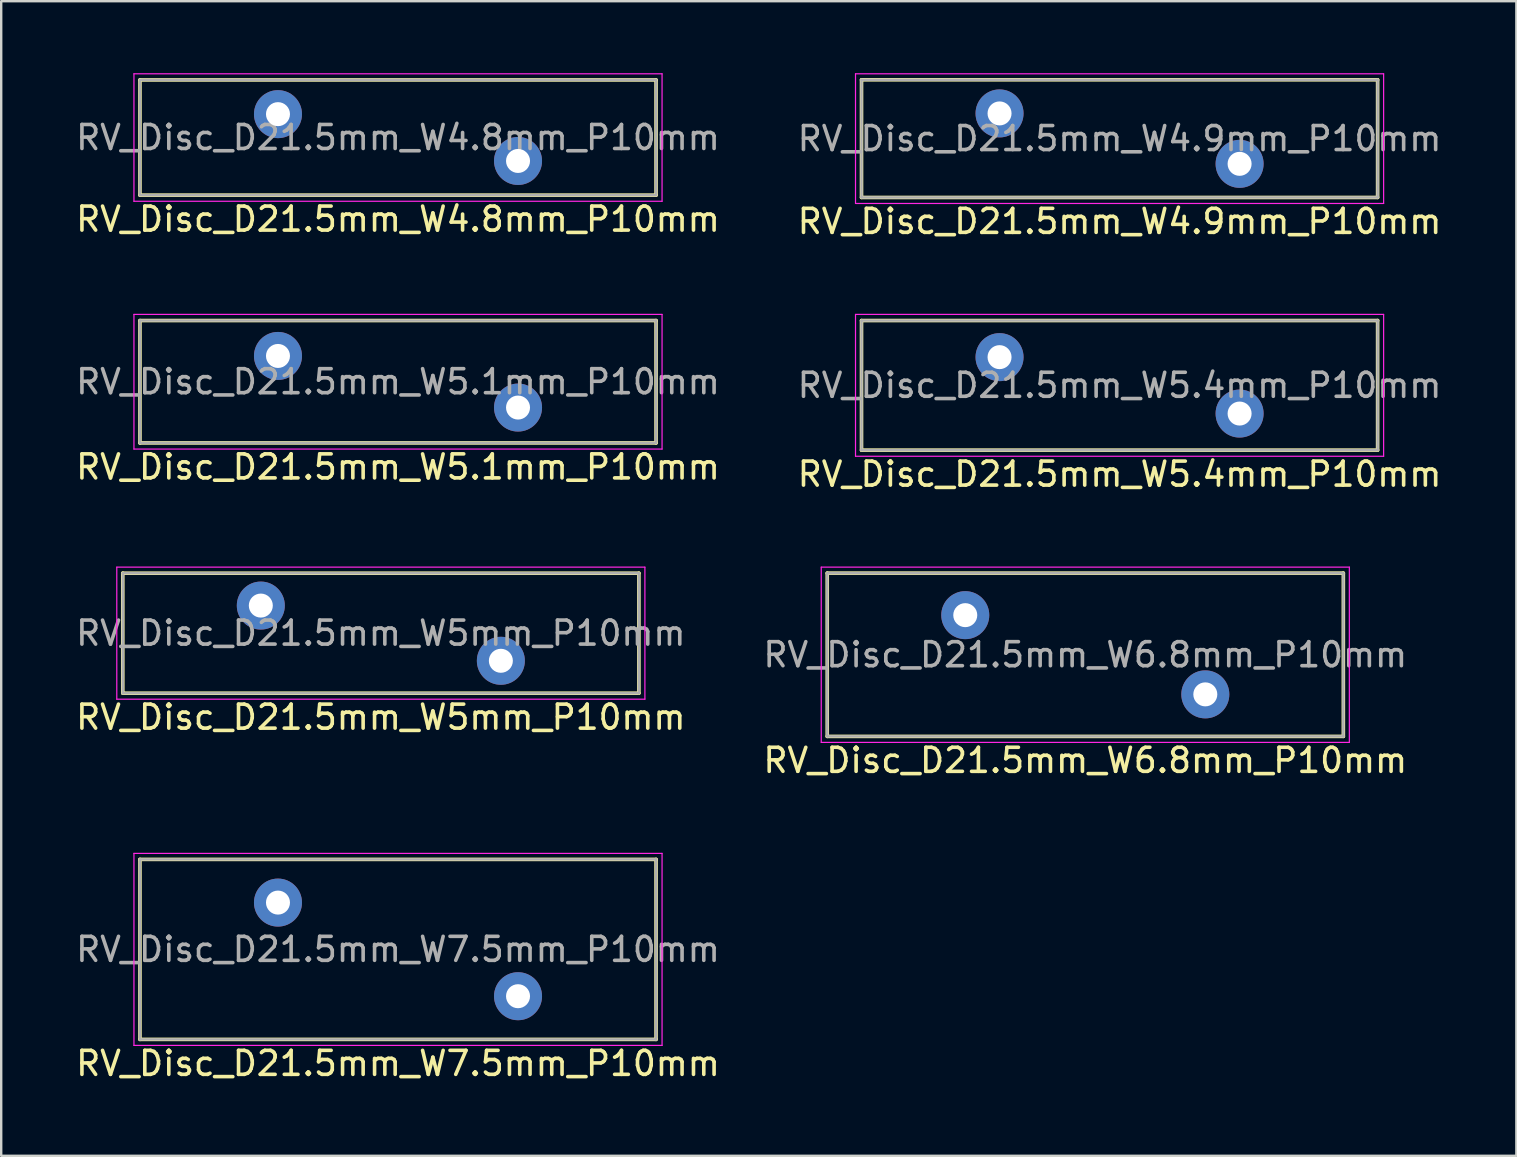
<source format=kicad_pcb>
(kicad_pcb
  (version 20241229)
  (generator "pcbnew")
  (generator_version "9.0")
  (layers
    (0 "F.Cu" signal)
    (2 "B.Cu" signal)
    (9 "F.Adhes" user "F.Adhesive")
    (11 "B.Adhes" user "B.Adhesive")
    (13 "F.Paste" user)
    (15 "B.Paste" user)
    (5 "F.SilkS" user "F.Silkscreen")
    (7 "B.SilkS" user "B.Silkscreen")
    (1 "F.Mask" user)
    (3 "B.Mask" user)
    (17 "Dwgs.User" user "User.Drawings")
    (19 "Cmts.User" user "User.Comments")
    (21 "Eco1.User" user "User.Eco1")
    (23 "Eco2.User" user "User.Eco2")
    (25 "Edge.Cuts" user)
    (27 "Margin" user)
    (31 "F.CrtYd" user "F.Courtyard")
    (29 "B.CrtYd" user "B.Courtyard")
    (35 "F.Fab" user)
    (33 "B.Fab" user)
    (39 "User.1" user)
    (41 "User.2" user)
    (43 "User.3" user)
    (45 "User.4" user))
  (footprint "RV_Disc_D21.5mm_W7.5mm_P10mm"
    (layer "F.Cu")
    (at 8.53 34.55)
    (property "Reference" "RV_Disc_D21.5mm_W7.5mm_P10mm" (at 5 6.7 0) (layer "F.SilkS") (effects (font (size 1 1) (thickness 0.15))))
    (attr through_hole)
    (fp_line (start -5.75 -1.8) (end -5.75 5.7) (stroke (width 0.15) (type solid)) (layer "F.SilkS"))
    (fp_line (start -5.75 -1.8) (end 15.75 -1.8) (stroke (width 0.15) (type solid)) (layer "F.SilkS"))
    (fp_line (start -5.75 5.7) (end 15.75 5.7) (stroke (width 0.15) (type solid)) (layer "F.SilkS"))
    (fp_line (start 15.75 -1.8) (end 15.75 5.7) (stroke (width 0.15) (type solid)) (layer "F.SilkS"))
    (fp_line (start -6 -2.05) (end -6 5.95) (stroke (width 0.05) (type solid)) (layer "F.CrtYd"))
    (fp_line (start -6 -2.05) (end 16 -2.05) (stroke (width 0.05) (type solid)) (layer "F.CrtYd"))
    (fp_line (start -6 5.95) (end 16 5.95) (stroke (width 0.05) (type solid)) (layer "F.CrtYd"))
    (fp_line (start 16 -2.05) (end 16 5.95) (stroke (width 0.05) (type solid)) (layer "F.CrtYd"))
    (fp_line (start -5.75 -1.8) (end -5.75 5.7) (stroke (width 0.1) (type solid)) (layer "F.Fab"))
    (fp_line (start -5.75 -1.8) (end 15.75 -1.8) (stroke (width 0.1) (type solid)) (layer "F.Fab"))
    (fp_line (start -5.75 5.7) (end 15.75 5.7) (stroke (width 0.1) (type solid)) (layer "F.Fab"))
    (fp_line (start 15.75 -1.8) (end 15.75 5.7) (stroke (width 0.1) (type solid)) (layer "F.Fab"))
    (fp_text user "${REFERENCE}" (at 5 1.95 0) (layer "F.Fab") (effects (font (size 1 1) (thickness 0.15))))
    (pad "1" thru_hole circle (at 0 0) (size 2 2) (drill 1) (layers "*.Cu" "*.Mask"))
    (pad "2" thru_hole circle (at 10 3.9) (size 2 2) (drill 1) (layers "*.Cu" "*.Mask")))
  (footprint "RV_Disc_D21.5mm_W4.8mm_P10mm"
    (layer "F.Cu")
    (at 8.53 1.705)
    (property "Reference" "RV_Disc_D21.5mm_W4.8mm_P10mm" (at 5 4.375 0) (layer "F.SilkS") (effects (font (size 1 1) (thickness 0.15))))
    (attr through_hole)
    (fp_line (start -5.75 -1.425) (end -5.75 3.375) (stroke (width 0.15) (type solid)) (layer "F.SilkS"))
    (fp_line (start -5.75 -1.425) (end 15.75 -1.425) (stroke (width 0.15) (type solid)) (layer "F.SilkS"))
    (fp_line (start -5.75 3.375) (end 15.75 3.375) (stroke (width 0.15) (type solid)) (layer "F.SilkS"))
    (fp_line (start 15.75 -1.425) (end 15.75 3.375) (stroke (width 0.15) (type solid)) (layer "F.SilkS"))
    (fp_line (start -6 -1.68) (end -6 3.63) (stroke (width 0.05) (type solid)) (layer "F.CrtYd"))
    (fp_line (start -6 -1.68) (end 16 -1.68) (stroke (width 0.05) (type solid)) (layer "F.CrtYd"))
    (fp_line (start -6 3.63) (end 16 3.63) (stroke (width 0.05) (type solid)) (layer "F.CrtYd"))
    (fp_line (start 16 -1.68) (end 16 3.63) (stroke (width 0.05) (type solid)) (layer "F.CrtYd"))
    (fp_line (start -5.75 -1.425) (end -5.75 3.375) (stroke (width 0.1) (type solid)) (layer "F.Fab"))
    (fp_line (start -5.75 -1.425) (end 15.75 -1.425) (stroke (width 0.1) (type solid)) (layer "F.Fab"))
    (fp_line (start -5.75 3.375) (end 15.75 3.375) (stroke (width 0.1) (type solid)) (layer "F.Fab"))
    (fp_line (start 15.75 -1.425) (end 15.75 3.375) (stroke (width 0.1) (type solid)) (layer "F.Fab"))
    (fp_text user "${REFERENCE}" (at 5 0.975 0) (layer "F.Fab") (effects (font (size 1 1) (thickness 0.15))))
    (pad "1" thru_hole circle (at 0 0) (size 2 2) (drill 1) (layers "*.Cu" "*.Mask"))
    (pad "2" thru_hole circle (at 10 1.95) (size 2 2) (drill 1) (layers "*.Cu" "*.Mask")))
  (footprint "RV_Disc_D21.5mm_W6.8mm_P10mm"
    (layer "F.Cu")
    (at 37.161 22.576)
    (property "Reference" "RV_Disc_D21.5mm_W6.8mm_P10mm" (at 5 6.05 0) (layer "F.SilkS") (effects (font (size 1 1) (thickness 0.15))))
    (attr through_hole)
    (fp_line (start -5.75 -1.75) (end -5.75 5.05) (stroke (width 0.15) (type solid)) (layer "F.SilkS"))
    (fp_line (start -5.75 -1.75) (end 15.75 -1.75) (stroke (width 0.15) (type solid)) (layer "F.SilkS"))
    (fp_line (start -5.75 5.05) (end 15.75 5.05) (stroke (width 0.15) (type solid)) (layer "F.SilkS"))
    (fp_line (start 15.75 -1.75) (end 15.75 5.05) (stroke (width 0.15) (type solid)) (layer "F.SilkS"))
    (fp_line (start -6 -2) (end -6 5.3) (stroke (width 0.05) (type solid)) (layer "F.CrtYd"))
    (fp_line (start -6 -2) (end 16 -2) (stroke (width 0.05) (type solid)) (layer "F.CrtYd"))
    (fp_line (start -6 5.3) (end 16 5.3) (stroke (width 0.05) (type solid)) (layer "F.CrtYd"))
    (fp_line (start 16 -2) (end 16 5.3) (stroke (width 0.05) (type solid)) (layer "F.CrtYd"))
    (fp_line (start -5.75 -1.75) (end -5.75 5.05) (stroke (width 0.1) (type solid)) (layer "F.Fab"))
    (fp_line (start -5.75 -1.75) (end 15.75 -1.75) (stroke (width 0.1) (type solid)) (layer "F.Fab"))
    (fp_line (start -5.75 5.05) (end 15.75 5.05) (stroke (width 0.1) (type solid)) (layer "F.Fab"))
    (fp_line (start 15.75 -1.75) (end 15.75 5.05) (stroke (width 0.1) (type solid)) (layer "F.Fab"))
    (fp_text user "${REFERENCE}" (at 5 1.65 0) (layer "F.Fab") (effects (font (size 1 1) (thickness 0.15))))
    (pad "1" thru_hole circle (at 0 0) (size 2 2) (drill 1) (layers "*.Cu" "*.Mask"))
    (pad "2" thru_hole circle (at 10 3.3) (size 2 2) (drill 1) (layers "*.Cu" "*.Mask")))
  (footprint "RV_Disc_D21.5mm_W5mm_P10mm"
    (layer "F.Cu")
    (at 7.815 22.177)
    (property "Reference" "RV_Disc_D21.5mm_W5mm_P10mm" (at 5 4.65 0) (layer "F.SilkS") (effects (font (size 1 1) (thickness 0.15))))
    (attr through_hole)
    (fp_line (start -5.75 -1.35) (end -5.75 3.65) (stroke (width 0.15) (type solid)) (layer "F.SilkS"))
    (fp_line (start -5.75 -1.35) (end 15.75 -1.35) (stroke (width 0.15) (type solid)) (layer "F.SilkS"))
    (fp_line (start -5.75 3.65) (end 15.75 3.65) (stroke (width 0.15) (type solid)) (layer "F.SilkS"))
    (fp_line (start 15.75 -1.35) (end 15.75 3.65) (stroke (width 0.15) (type solid)) (layer "F.SilkS"))
    (fp_line (start -6 -1.6) (end -6 3.9) (stroke (width 0.05) (type solid)) (layer "F.CrtYd"))
    (fp_line (start -6 -1.6) (end 16 -1.6) (stroke (width 0.05) (type solid)) (layer "F.CrtYd"))
    (fp_line (start -6 3.9) (end 16 3.9) (stroke (width 0.05) (type solid)) (layer "F.CrtYd"))
    (fp_line (start 16 -1.6) (end 16 3.9) (stroke (width 0.05) (type solid)) (layer "F.CrtYd"))
    (fp_line (start -5.75 -1.35) (end -5.75 3.65) (stroke (width 0.1) (type solid)) (layer "F.Fab"))
    (fp_line (start -5.75 -1.35) (end 15.75 -1.35) (stroke (width 0.1) (type solid)) (layer "F.Fab"))
    (fp_line (start -5.75 3.65) (end 15.75 3.65) (stroke (width 0.1) (type solid)) (layer "F.Fab"))
    (fp_line (start 15.75 -1.35) (end 15.75 3.65) (stroke (width 0.1) (type solid)) (layer "F.Fab"))
    (fp_text user "${REFERENCE}" (at 5 1.15 0) (layer "F.Fab") (effects (font (size 1 1) (thickness 0.15))))
    (pad "1" thru_hole circle (at 0 0) (size 2 2) (drill 1) (layers "*.Cu" "*.Mask"))
    (pad "2" thru_hole circle (at 10 2.3) (size 2 2) (drill 1) (layers "*.Cu" "*.Mask")))
  (footprint "RV_Disc_D21.5mm_W5.1mm_P10mm"
    (layer "F.Cu")
    (at 8.53 11.778)
    (property "Reference" "RV_Disc_D21.5mm_W5.1mm_P10mm" (at 5 4.625 0) (layer "F.SilkS") (effects (font (size 1 1) (thickness 0.15))))
    (attr through_hole)
    (fp_line (start -5.75 -1.475) (end -5.75 3.625) (stroke (width 0.15) (type solid)) (layer "F.SilkS"))
    (fp_line (start -5.75 -1.475) (end 15.75 -1.475) (stroke (width 0.15) (type solid)) (layer "F.SilkS"))
    (fp_line (start -5.75 3.625) (end 15.75 3.625) (stroke (width 0.15) (type solid)) (layer "F.SilkS"))
    (fp_line (start 15.75 -1.475) (end 15.75 3.625) (stroke (width 0.15) (type solid)) (layer "F.SilkS"))
    (fp_line (start -6 -1.73) (end -6 3.88) (stroke (width 0.05) (type solid)) (layer "F.CrtYd"))
    (fp_line (start -6 -1.73) (end 16 -1.73) (stroke (width 0.05) (type solid)) (layer "F.CrtYd"))
    (fp_line (start -6 3.88) (end 16 3.88) (stroke (width 0.05) (type solid)) (layer "F.CrtYd"))
    (fp_line (start 16 -1.73) (end 16 3.88) (stroke (width 0.05) (type solid)) (layer "F.CrtYd"))
    (fp_line (start -5.75 -1.475) (end -5.75 3.625) (stroke (width 0.1) (type solid)) (layer "F.Fab"))
    (fp_line (start -5.75 -1.475) (end 15.75 -1.475) (stroke (width 0.1) (type solid)) (layer "F.Fab"))
    (fp_line (start -5.75 3.625) (end 15.75 3.625) (stroke (width 0.1) (type solid)) (layer "F.Fab"))
    (fp_line (start 15.75 -1.475) (end 15.75 3.625) (stroke (width 0.1) (type solid)) (layer "F.Fab"))
    (fp_text user "${REFERENCE}" (at 5 1.075 0) (layer "F.Fab") (effects (font (size 1 1) (thickness 0.15))))
    (pad "1" thru_hole circle (at 0 0) (size 2 2) (drill 1) (layers "*.Cu" "*.Mask"))
    (pad "2" thru_hole circle (at 10 2.15) (size 2 2) (drill 1) (layers "*.Cu" "*.Mask")))
  (footprint "RV_Disc_D21.5mm_W5.4mm_P10mm"
    (layer "F.Cu")
    (at 38.589 11.828)
    (property "Reference" "RV_Disc_D21.5mm_W5.4mm_P10mm" (at 5 4.875 0) (layer "F.SilkS") (effects (font (size 1 1) (thickness 0.15))))
    (attr through_hole)
    (fp_line (start -5.75 -1.525) (end -5.75 3.875) (stroke (width 0.15) (type solid)) (layer "F.SilkS"))
    (fp_line (start -5.75 -1.525) (end 15.75 -1.525) (stroke (width 0.15) (type solid)) (layer "F.SilkS"))
    (fp_line (start -5.75 3.875) (end 15.75 3.875) (stroke (width 0.15) (type solid)) (layer "F.SilkS"))
    (fp_line (start 15.75 -1.525) (end 15.75 3.875) (stroke (width 0.15) (type solid)) (layer "F.SilkS"))
    (fp_line (start -6 -1.78) (end -6 4.13) (stroke (width 0.05) (type solid)) (layer "F.CrtYd"))
    (fp_line (start -6 -1.78) (end 16 -1.78) (stroke (width 0.05) (type solid)) (layer "F.CrtYd"))
    (fp_line (start -6 4.13) (end 16 4.13) (stroke (width 0.05) (type solid)) (layer "F.CrtYd"))
    (fp_line (start 16 -1.78) (end 16 4.13) (stroke (width 0.05) (type solid)) (layer "F.CrtYd"))
    (fp_line (start -5.75 -1.525) (end -5.75 3.875) (stroke (width 0.1) (type solid)) (layer "F.Fab"))
    (fp_line (start -5.75 -1.525) (end 15.75 -1.525) (stroke (width 0.1) (type solid)) (layer "F.Fab"))
    (fp_line (start -5.75 3.875) (end 15.75 3.875) (stroke (width 0.1) (type solid)) (layer "F.Fab"))
    (fp_line (start 15.75 -1.525) (end 15.75 3.875) (stroke (width 0.1) (type solid)) (layer "F.Fab"))
    (fp_text user "${REFERENCE}" (at 5 1.175 0) (layer "F.Fab") (effects (font (size 1 1) (thickness 0.15))))
    (pad "1" thru_hole circle (at 0 0) (size 2 2) (drill 1) (layers "*.Cu" "*.Mask"))
    (pad "2" thru_hole circle (at 10 2.35) (size 2 2) (drill 1) (layers "*.Cu" "*.Mask")))
  (footprint "RV_Disc_D21.5mm_W4.9mm_P10mm"
    (layer "F.Cu")
    (at 38.589 1.675)
    (property "Reference" "RV_Disc_D21.5mm_W4.9mm_P10mm" (at 5 4.5 0) (layer "F.SilkS") (effects (font (size 1 1) (thickness 0.15))))
    (attr through_hole)
    (fp_line (start -5.75 -1.4) (end -5.75 3.5) (stroke (width 0.15) (type solid)) (layer "F.SilkS"))
    (fp_line (start -5.75 -1.4) (end 15.75 -1.4) (stroke (width 0.15) (type solid)) (layer "F.SilkS"))
    (fp_line (start -5.75 3.5) (end 15.75 3.5) (stroke (width 0.15) (type solid)) (layer "F.SilkS"))
    (fp_line (start 15.75 -1.4) (end 15.75 3.5) (stroke (width 0.15) (type solid)) (layer "F.SilkS"))
    (fp_line (start -6 -1.65) (end -6 3.75) (stroke (width 0.05) (type solid)) (layer "F.CrtYd"))
    (fp_line (start -6 -1.65) (end 16 -1.65) (stroke (width 0.05) (type solid)) (layer "F.CrtYd"))
    (fp_line (start -6 3.75) (end 16 3.75) (stroke (width 0.05) (type solid)) (layer "F.CrtYd"))
    (fp_line (start 16 -1.65) (end 16 3.75) (stroke (width 0.05) (type solid)) (layer "F.CrtYd"))
    (fp_line (start -5.75 -1.4) (end -5.75 3.5) (stroke (width 0.1) (type solid)) (layer "F.Fab"))
    (fp_line (start -5.75 -1.4) (end 15.75 -1.4) (stroke (width 0.1) (type solid)) (layer "F.Fab"))
    (fp_line (start -5.75 3.5) (end 15.75 3.5) (stroke (width 0.1) (type solid)) (layer "F.Fab"))
    (fp_line (start 15.75 -1.4) (end 15.75 3.5) (stroke (width 0.1) (type solid)) (layer "F.Fab"))
    (fp_text user "${REFERENCE}" (at 5 1.05 0) (layer "F.Fab") (effects (font (size 1 1) (thickness 0.15))))
    (pad "1" thru_hole circle (at 0 0) (size 2 2) (drill 1) (layers "*.Cu" "*.Mask"))
    (pad "2" thru_hole circle (at 10 2.1) (size 2 2) (drill 1) (layers "*.Cu" "*.Mask")))
  (gr_rect
    (start -3 -3)
    (end 60.119 45.098)
    (stroke (width 0.1) (type default))
    (fill no)
    (layer "Edge.Cuts")))
</source>
